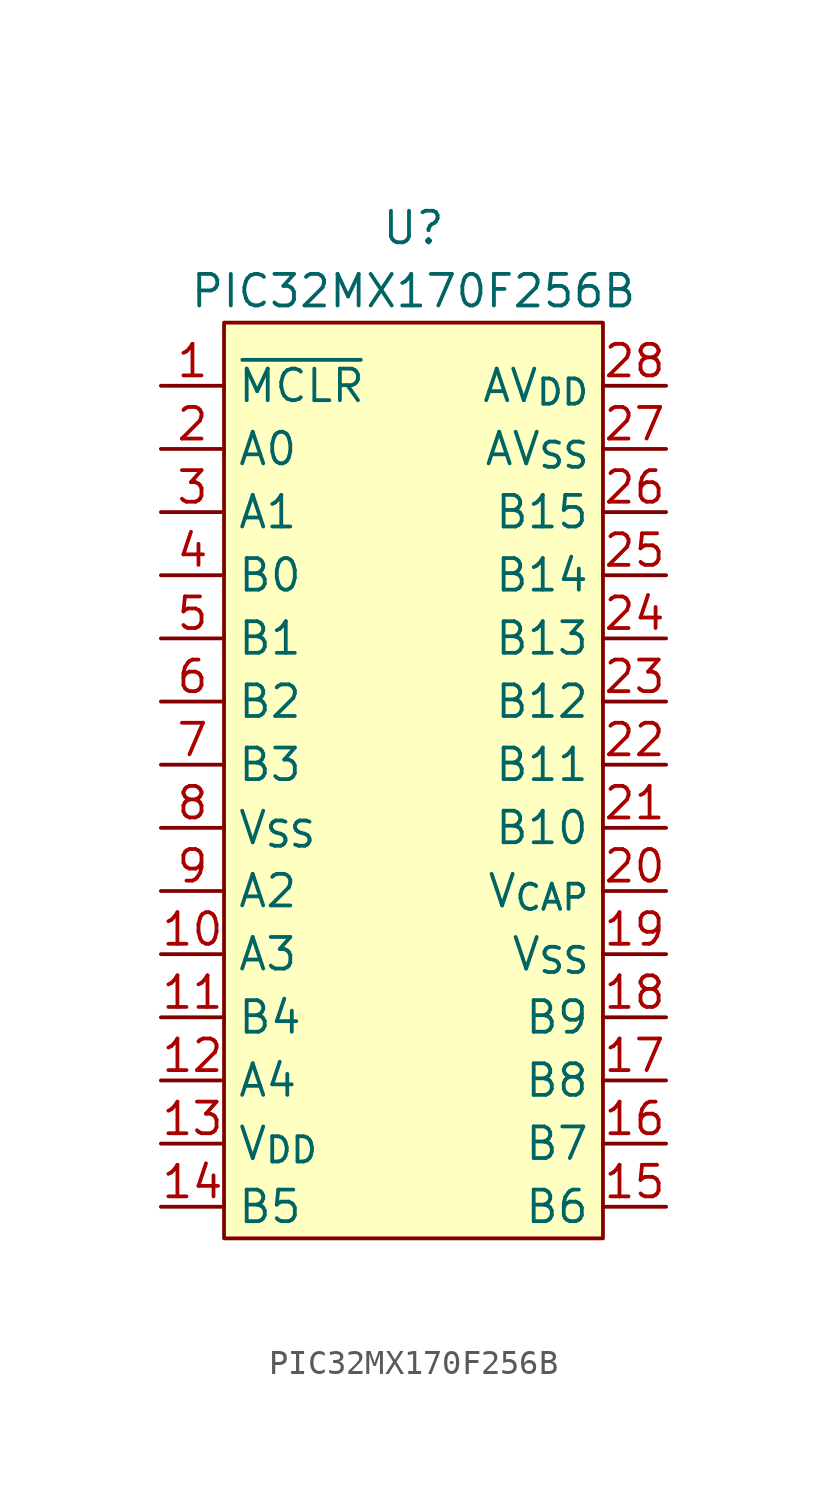
<source format=kicad_sym>
(kicad_symbol_lib
  (version 20220914)
  (generator kicad_symbol_editor)
  (symbol "PIC32MX170F256B"
    (property "Reference" "U"
      (at 0 21.59 0)
      (effects (font (size 1.27 1.27))))
    (property "Value" "PIC32MX170F256B"
      (at 0 19.05 0)
      (effects (font (size 1.27 1.27))))
    (symbol "PIC32MX170F256B_1_0"
      (pin input line (at -10.16 -7.62 0) (length 2.54) (name "A3" (effects (font (size 1.27 1.27)))) (number "10" (effects (font (size 1.27 1.27)))))
      (pin input line (at -10.16 -10.16 0) (length 2.54) (name "B4" (effects (font (size 1.27 1.27)))) (number "11" (effects (font (size 1.27 1.27)))))
      (pin input line (at -10.16 -12.7 0) (length 2.54) (name "A4" (effects (font (size 1.27 1.27)))) (number "12" (effects (font (size 1.27 1.27)))))
      (pin input line (at -10.16 -15.24 0) (length 2.54) (name "V_{DD}" (effects (font (size 1.27 1.27)))) (number "13" (effects (font (size 1.27 1.27)))))
      (pin input line (at -10.16 -17.78 0) (length 2.54) (name "B5" (effects (font (size 1.27 1.27)))) (number "14" (effects (font (size 1.27 1.27)))))
      (pin input line (at 10.16 -12.7 180) (length 2.54) (name "B8" (effects (font (size 1.27 1.27)))) (number "17" (effects (font (size 1.27 1.27)))))
      (pin input line (at 10.16 -10.16 180) (length 2.54) (name "B9" (effects (font (size 1.27 1.27)))) (number "18" (effects (font (size 1.27 1.27)))))
      (pin input line (at 10.16 -7.62 180) (length 2.54) (name "V_{SS}" (effects (font (size 1.27 1.27)))) (number "19" (effects (font (size 1.27 1.27)))))
      (pin input line (at 10.16 -5.08 180) (length 2.54) (name "V_{CAP}" (effects (font (size 1.27 1.27)))) (number "20" (effects (font (size 1.27 1.27)))))
      (pin input line (at 10.16 -2.54 180) (length 2.54) (name "B10" (effects (font (size 1.27 1.27)))) (number "21" (effects (font (size 1.27 1.27)))))
      (pin input line (at 10.16 2.54 180) (length 2.54) (name "B12" (effects (font (size 1.27 1.27)))) (number "23" (effects (font (size 1.27 1.27)))))
      (pin input line (at 10.16 5.08 180) (length 2.54) (name "B13" (effects (font (size 1.27 1.27)))) (number "24" (effects (font (size 1.27 1.27)))))
      (pin input line (at 10.16 10.16 180) (length 2.54) (name "B15" (effects (font (size 1.27 1.27)))) (number "26" (effects (font (size 1.27 1.27)))))
      (pin input line (at 10.16 12.7 180) (length 2.54) (name "AV_{SS}" (effects (font (size 1.27 1.27)))) (number "27" (effects (font (size 1.27 1.27)))))
      (pin input line (at 10.16 15.24 180) (length 2.54) (name "AV_{DD}" (effects (font (size 1.27 1.27)))) (number "28" (effects (font (size 1.27 1.27)))))
      (pin input line (at -10.16 5.08 0) (length 2.54) (name "B1" (effects (font (size 1.27 1.27)))) (number "5" (effects (font (size 1.27 1.27)))))
      (pin input line (at -10.16 2.54 0) (length 2.54) (name "B2" (effects (font (size 1.27 1.27)))) (number "6" (effects (font (size 1.27 1.27)))))
      (pin input line (at -10.16 0 0) (length 2.54) (name "B3" (effects (font (size 1.27 1.27)))) (number "7" (effects (font (size 1.27 1.27)))))
      (pin input line (at -10.16 -2.54 0) (length 2.54) (name "V_{SS}" (effects (font (size 1.27 1.27)))) (number "8" (effects (font (size 1.27 1.27)))))
      (pin input line (at -10.16 -5.08 0) (length 2.54) (name "A2" (effects (font (size 1.27 1.27)))) (number "9" (effects (font (size 1.27 1.27))))))
    (symbol "PIC32MX170F256B_1_1"
      (rectangle (start -7.62 17.78) (end 7.62 -19.05) (stroke (width 0) (type default)) (fill (type background)))
      (pin input line (at -10.16 15.24 0) (length 2.54) (name "~{MCLR}" (effects (font (size 1.27 1.27)))) (number "1" (effects (font (size 1.27 1.27)))))
      (pin input line (at 10.16 -17.78 180) (length 2.54) (name "B6" (effects (font (size 1.27 1.27)))) (number "15" (effects (font (size 1.27 1.27)))))
      (pin input line (at 10.16 -15.24 180) (length 2.54) (name "B7" (effects (font (size 1.27 1.27)))) (number "16" (effects (font (size 1.27 1.27)))))
      (pin input line (at -10.16 12.7 0) (length 2.54) (name "A0" (effects (font (size 1.27 1.27)))) (number "2" (effects (font (size 1.27 1.27)))))
      (pin input line (at 10.16 0 180) (length 2.54) (name "B11" (effects (font (size 1.27 1.27)))) (number "22" (effects (font (size 1.27 1.27)))))
      (pin input line (at 10.16 7.62 180) (length 2.54) (name "B14" (effects (font (size 1.27 1.27)))) (number "25" (effects (font (size 1.27 1.27)))))
      (pin input line (at -10.16 10.16 0) (length 2.54) (name "A1" (effects (font (size 1.27 1.27)))) (number "3" (effects (font (size 1.27 1.27)))))
      (pin input line (at -10.16 7.62 0) (length 2.54) (name "B0" (effects (font (size 1.27 1.27)))) (number "4" (effects (font (size 1.27 1.27))))))))
</source>
